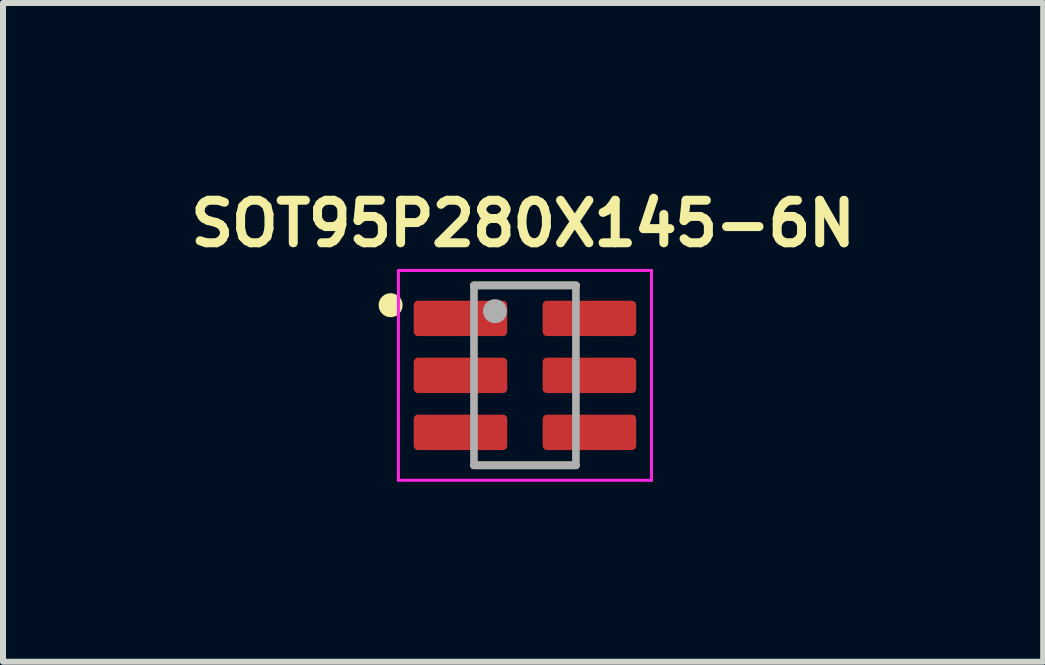
<source format=kicad_pcb>
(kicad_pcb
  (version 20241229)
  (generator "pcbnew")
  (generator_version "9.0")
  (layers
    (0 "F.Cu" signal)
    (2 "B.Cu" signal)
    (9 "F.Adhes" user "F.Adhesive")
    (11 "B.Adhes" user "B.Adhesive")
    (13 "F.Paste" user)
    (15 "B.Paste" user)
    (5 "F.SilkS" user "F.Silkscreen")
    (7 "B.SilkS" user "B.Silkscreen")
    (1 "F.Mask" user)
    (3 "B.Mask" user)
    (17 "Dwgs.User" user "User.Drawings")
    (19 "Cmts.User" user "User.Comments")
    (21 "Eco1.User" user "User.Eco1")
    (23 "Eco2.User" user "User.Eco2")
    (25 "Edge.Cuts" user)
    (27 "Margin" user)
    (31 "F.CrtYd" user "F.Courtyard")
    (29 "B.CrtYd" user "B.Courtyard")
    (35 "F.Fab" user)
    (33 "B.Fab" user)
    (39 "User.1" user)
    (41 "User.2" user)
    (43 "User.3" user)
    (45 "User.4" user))
  (footprint "SOT95P280X145-6N"
    (layer "F.Cu")
    (at 5.703 3.209)
    (property "Reference" "SOT95P280X145-6N" (at -0.031 -2.531 0) (layer "F.SilkS") (effects (font (size 0.709 0.709) (thickness 0.15))))
    (attr smd)
    (fp_line (start -0.85 1.5) (end 0.85 1.5) (stroke (width 0.127) (type solid)) (layer "F.SilkS"))
    (fp_line (start 0.85 -1.5) (end -0.85 -1.5) (stroke (width 0.127) (type solid)) (layer "F.SilkS"))
    (fp_circle (center -2.24 -1.17) (end -2.14 -1.17) (stroke (width 0.2) (type solid)) (fill no) (layer "F.SilkS"))
    (fp_line (start -2.11 -1.75) (end -2.11 1.75) (stroke (width 0.05) (type solid)) (layer "F.CrtYd"))
    (fp_line (start -2.11 1.75) (end 2.11 1.75) (stroke (width 0.05) (type solid)) (layer "F.CrtYd"))
    (fp_line (start 2.11 -1.75) (end -2.11 -1.75) (stroke (width 0.05) (type solid)) (layer "F.CrtYd"))
    (fp_line (start 2.11 1.75) (end 2.11 -1.75) (stroke (width 0.05) (type solid)) (layer "F.CrtYd"))
    (fp_line (start -0.85 -1.5) (end -0.85 1.5) (stroke (width 0.127) (type solid)) (layer "F.Fab"))
    (fp_line (start -0.85 1.5) (end 0.85 1.5) (stroke (width 0.127) (type solid)) (layer "F.Fab"))
    (fp_line (start 0.85 -1.5) (end -0.85 -1.5) (stroke (width 0.127) (type solid)) (layer "F.Fab"))
    (fp_line (start 0.85 1.5) (end 0.85 -1.5) (stroke (width 0.127) (type solid)) (layer "F.Fab"))
    (fp_circle (center -0.5 -1.07) (end -0.4 -1.07) (stroke (width 0.2) (type solid)) (fill no) (layer "F.Fab"))
    (pad "1" smd roundrect (at -1.075 -0.95) (size 1.56 0.59) (layers "F.Cu" "F.Mask" "F.Paste") (roundrect_rratio 0.12))
    (pad "2" smd roundrect (at -1.075 0) (size 1.56 0.59) (layers "F.Cu" "F.Mask" "F.Paste") (roundrect_rratio 0.12))
    (pad "3" smd roundrect (at -1.075 0.95) (size 1.56 0.59) (layers "F.Cu" "F.Mask" "F.Paste") (roundrect_rratio 0.12))
    (pad "4" smd roundrect (at 1.075 0.95) (size 1.56 0.59) (layers "F.Cu" "F.Mask" "F.Paste") (roundrect_rratio 0.12))
    (pad "5" smd roundrect (at 1.075 0) (size 1.56 0.59) (layers "F.Cu" "F.Mask" "F.Paste") (roundrect_rratio 0.12))
    (pad "6" smd roundrect (at 1.075 -0.95) (size 1.56 0.59) (layers "F.Cu" "F.Mask" "F.Paste") (roundrect_rratio 0.12)))
  (gr_rect
    (start -3 -3)
    (end 14.344 7.984)
    (stroke (width 0.1) (type default))
    (fill no)
    (layer "Edge.Cuts")))
</source>
